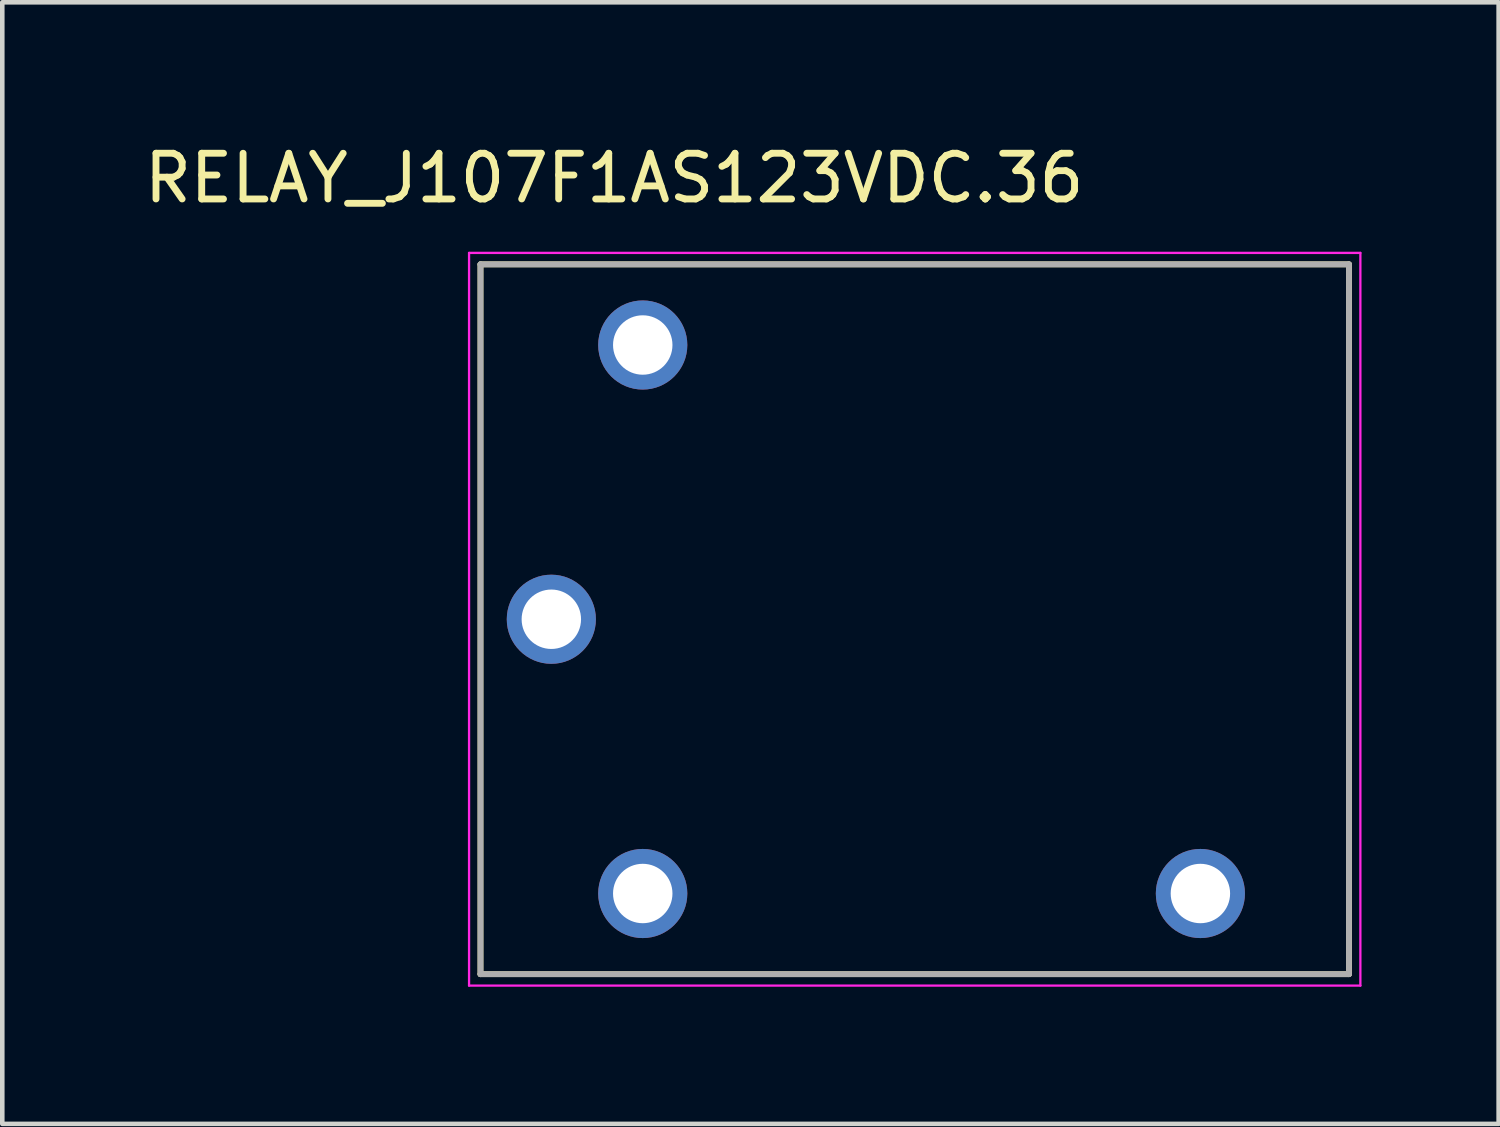
<source format=kicad_pcb>
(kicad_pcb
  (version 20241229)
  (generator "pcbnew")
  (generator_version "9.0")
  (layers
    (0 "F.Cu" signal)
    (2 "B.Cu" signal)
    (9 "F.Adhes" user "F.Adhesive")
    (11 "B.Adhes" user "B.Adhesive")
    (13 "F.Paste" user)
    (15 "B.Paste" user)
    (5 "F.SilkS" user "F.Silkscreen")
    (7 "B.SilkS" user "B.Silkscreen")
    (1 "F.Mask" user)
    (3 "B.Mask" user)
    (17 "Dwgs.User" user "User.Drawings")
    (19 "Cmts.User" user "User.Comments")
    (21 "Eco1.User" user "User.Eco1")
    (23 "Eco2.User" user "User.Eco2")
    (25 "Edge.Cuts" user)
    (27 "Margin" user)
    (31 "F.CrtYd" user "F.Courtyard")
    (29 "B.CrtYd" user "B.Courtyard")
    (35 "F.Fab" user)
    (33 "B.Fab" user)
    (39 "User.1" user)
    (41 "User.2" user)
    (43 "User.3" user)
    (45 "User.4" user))
  (footprint "RELAY_J107F1AS123VDC.36"
    (layer "F.Cu")
    (at 16.962 10.498)
    (property "Reference" "RELAY_J107F1AS123VDC.36" (at -6.575 -9.65 0) (layer "F.SilkS") (effects (font (size 1 1) (thickness 0.15))))
    (attr through_hole)
    (fp_line (start -9.5 -7.765) (end -9.5 7.765) (stroke (width 0.127) (type solid)) (layer "F.SilkS"))
    (fp_line (start -9.5 7.765) (end 9.5 7.765) (stroke (width 0.127) (type solid)) (layer "F.SilkS"))
    (fp_line (start 9.5 -7.765) (end -9.5 -7.765) (stroke (width 0.127) (type solid)) (layer "F.SilkS"))
    (fp_line (start 9.5 7.765) (end 9.5 -7.765) (stroke (width 0.127) (type solid)) (layer "F.SilkS"))
    (fp_line (start -9.75 -8.015) (end -9.75 8.015) (stroke (width 0.05) (type solid)) (layer "F.CrtYd"))
    (fp_line (start -9.75 8.015) (end 9.75 8.015) (stroke (width 0.05) (type solid)) (layer "F.CrtYd"))
    (fp_line (start 9.75 -8.015) (end -9.75 -8.015) (stroke (width 0.05) (type solid)) (layer "F.CrtYd"))
    (fp_line (start 9.75 8.015) (end 9.75 -8.015) (stroke (width 0.05) (type solid)) (layer "F.CrtYd"))
    (fp_line (start -9.5 -7.765) (end -9.5 7.765) (stroke (width 0.127) (type solid)) (layer "F.Fab"))
    (fp_line (start -9.5 7.765) (end 9.5 7.765) (stroke (width 0.127) (type solid)) (layer "F.Fab"))
    (fp_line (start 9.5 -7.765) (end -9.5 -7.765) (stroke (width 0.127) (type solid)) (layer "F.Fab"))
    (fp_line (start 9.5 7.765) (end 9.5 -7.765) (stroke (width 0.127) (type solid)) (layer "F.Fab"))
    (pad "COIL1" thru_hole circle (at -5.95 -6) (size 1.95 1.95) (drill 1.3) (layers "*.Cu" "*.Mask"))
    (pad "COIL2" thru_hole circle (at -5.95 6) (size 1.95 1.95) (drill 1.3) (layers "*.Cu" "*.Mask"))
    (pad "COM" thru_hole circle (at -7.95 0) (size 1.95 1.95) (drill 1.3) (layers "*.Cu" "*.Mask"))
    (pad "NO" thru_hole circle (at 6.25 6) (size 1.95 1.95) (drill 1.3) (layers "*.Cu" "*.Mask")))
  (gr_rect
    (start -3 -3)
    (end 29.737 21.538)
    (stroke (width 0.1) (type default))
    (fill no)
    (layer "Edge.Cuts")))
</source>
